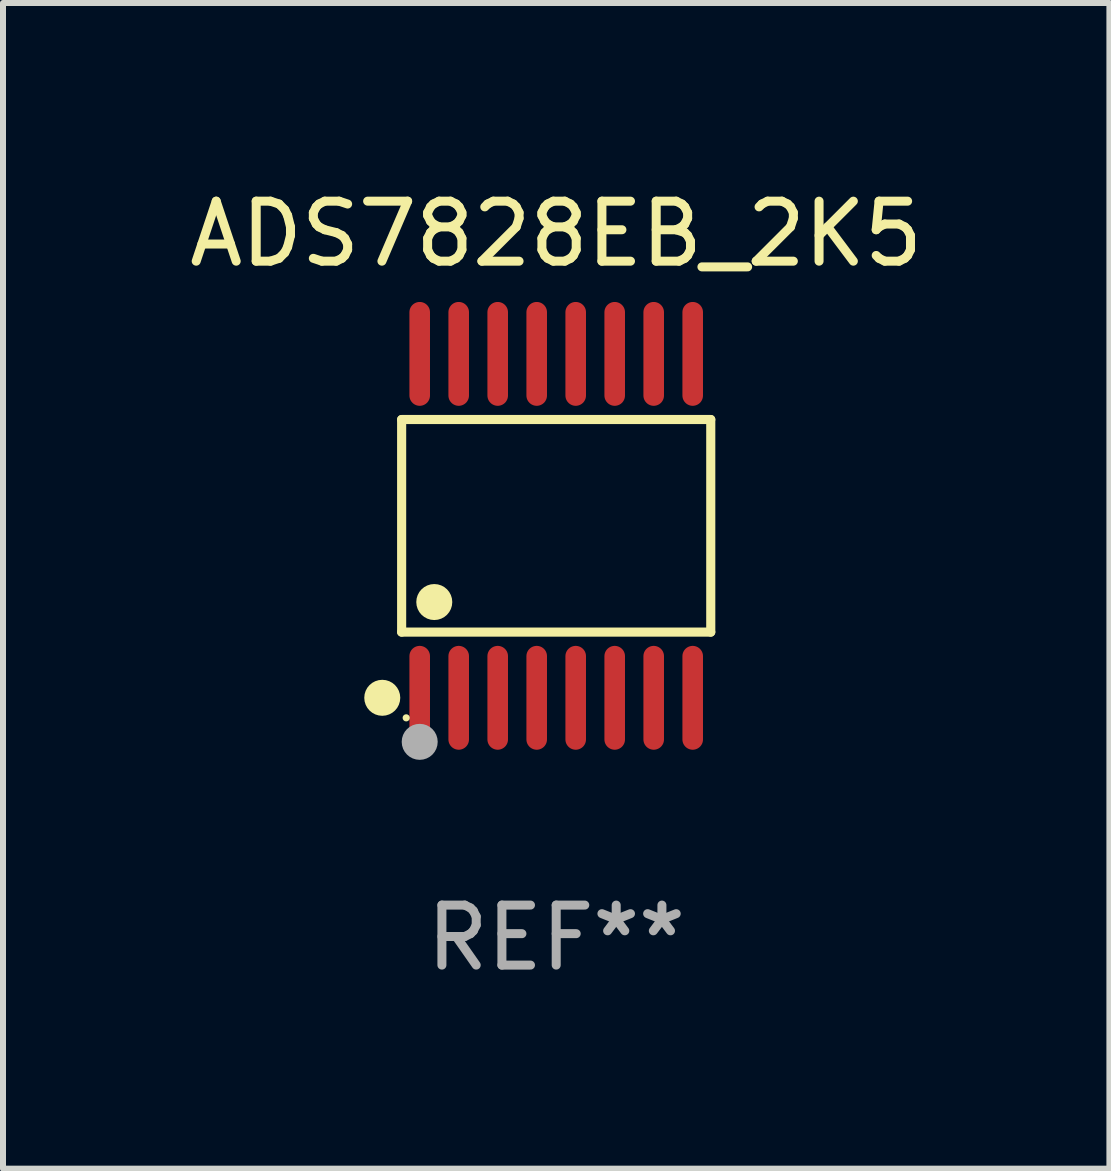
<source format=kicad_pcb>
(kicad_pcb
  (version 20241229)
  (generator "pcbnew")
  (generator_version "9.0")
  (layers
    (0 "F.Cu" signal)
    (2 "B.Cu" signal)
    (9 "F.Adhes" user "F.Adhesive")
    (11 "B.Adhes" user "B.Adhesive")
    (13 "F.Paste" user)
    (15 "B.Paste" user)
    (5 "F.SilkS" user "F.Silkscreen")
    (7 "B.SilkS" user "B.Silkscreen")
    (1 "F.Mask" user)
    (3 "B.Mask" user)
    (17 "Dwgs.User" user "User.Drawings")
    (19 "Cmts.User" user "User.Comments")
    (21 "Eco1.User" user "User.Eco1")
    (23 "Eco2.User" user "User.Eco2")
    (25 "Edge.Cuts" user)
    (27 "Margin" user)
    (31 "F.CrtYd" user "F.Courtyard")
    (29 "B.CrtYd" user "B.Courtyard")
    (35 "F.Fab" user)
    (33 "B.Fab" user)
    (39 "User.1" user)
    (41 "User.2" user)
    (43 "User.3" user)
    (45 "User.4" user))
  (footprint "ADS7828EB_2K5"
    (layer "F.Cu")
    (at 6.22 5.714)
    (property "Reference" "ADS7828EB_2K5" (at 0 -4.866 0) (layer "F.SilkS") (effects (font (size 1 1) (thickness 0.15))))
    (attr through_hole)
    (fp_line (start -2.576 -1.772) (end 2.576 -1.772) (stroke (width 0.152) (type solid)) (layer "F.SilkS"))
    (fp_line (start -2.576 1.771) (end -2.576 -1.772) (stroke (width 0.152) (type solid)) (layer "F.SilkS"))
    (fp_line (start 2.576 -1.772) (end 2.576 1.771) (stroke (width 0.152) (type solid)) (layer "F.SilkS"))
    (fp_line (start 2.576 1.771) (end -2.576 1.771) (stroke (width 0.152) (type solid)) (layer "F.SilkS"))
    (fp_circle (center -2.899 2.866) (end -2.749 2.866) (stroke (width 0.3) (type solid)) (fill no) (layer "F.SilkS"))
    (fp_circle (center -2.5 3.2) (end -2.47 3.2) (stroke (width 0.06) (type solid)) (fill no) (layer "F.SilkS"))
    (fp_circle (center -2.032 1.27) (end -1.882 1.27) (stroke (width 0.3) (type solid)) (fill no) (layer "F.SilkS"))
    (fp_circle (center -2.275 3.6) (end -2.125 3.6) (stroke (width 0.3) (type solid)) (fill no) (layer "F.Fab"))
    (fp_text user "REF**" (at 0 6.866 0) (layer "F.Fab") (effects (font (size 1 1) (thickness 0.15))))
    (pad "1" smd oval (at -2.275 2.866) (size 0.343 1.731) (layers "F.Cu" "F.Mask" "F.Paste"))
    (pad "2" smd oval (at -1.625 2.866) (size 0.343 1.731) (layers "F.Cu" "F.Mask" "F.Paste"))
    (pad "3" smd oval (at -0.975 2.866) (size 0.343 1.731) (layers "F.Cu" "F.Mask" "F.Paste"))
    (pad "4" smd oval (at -0.325 2.866) (size 0.343 1.731) (layers "F.Cu" "F.Mask" "F.Paste"))
    (pad "5" smd oval (at 0.325 2.866) (size 0.343 1.731) (layers "F.Cu" "F.Mask" "F.Paste"))
    (pad "6" smd oval (at 0.975 2.866) (size 0.343 1.731) (layers "F.Cu" "F.Mask" "F.Paste"))
    (pad "7" smd oval (at 1.625 2.866) (size 0.343 1.731) (layers "F.Cu" "F.Mask" "F.Paste"))
    (pad "8" smd oval (at 2.275 2.866) (size 0.343 1.731) (layers "F.Cu" "F.Mask" "F.Paste"))
    (pad "9" smd oval (at 2.275 -2.866) (size 0.343 1.731) (layers "F.Cu" "F.Mask" "F.Paste"))
    (pad "10" smd oval (at 1.625 -2.866) (size 0.343 1.731) (layers "F.Cu" "F.Mask" "F.Paste"))
    (pad "11" smd oval (at 0.975 -2.866) (size 0.343 1.731) (layers "F.Cu" "F.Mask" "F.Paste"))
    (pad "12" smd oval (at 0.325 -2.866) (size 0.343 1.731) (layers "F.Cu" "F.Mask" "F.Paste"))
    (pad "13" smd oval (at -0.325 -2.866) (size 0.343 1.731) (layers "F.Cu" "F.Mask" "F.Paste"))
    (pad "14" smd oval (at -0.975 -2.866) (size 0.343 1.731) (layers "F.Cu" "F.Mask" "F.Paste"))
    (pad "15" smd oval (at -1.625 -2.866) (size 0.343 1.731) (layers "F.Cu" "F.Mask" "F.Paste"))
    (pad "16" smd oval (at -2.275 -2.866) (size 0.343 1.731) (layers "F.Cu" "F.Mask" "F.Paste")))
  (gr_rect
    (start -3 -3)
    (end 15.44 16.428)
    (stroke (width 0.1) (type default))
    (fill no)
    (layer "Edge.Cuts")))
</source>
